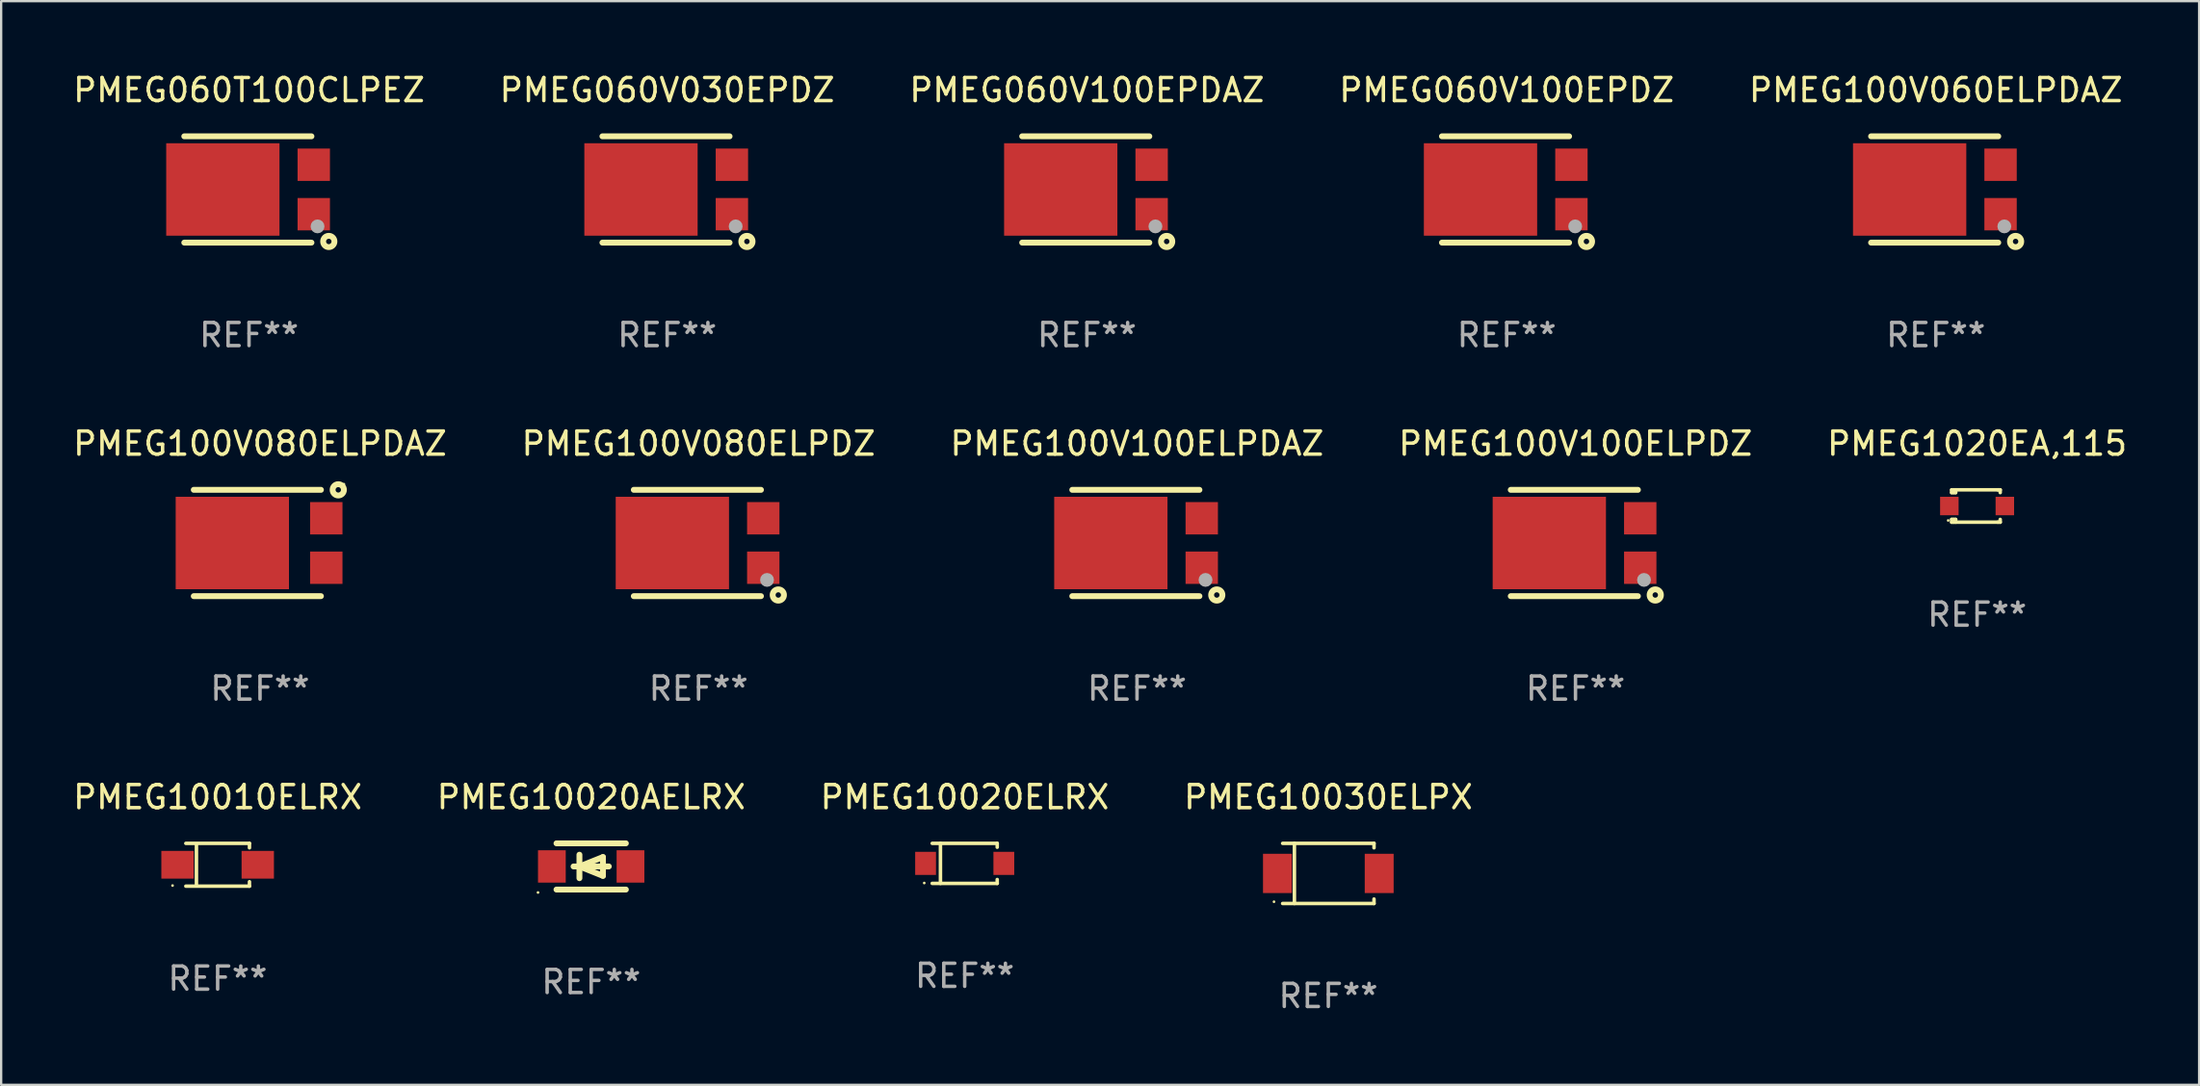
<source format=kicad_pcb>
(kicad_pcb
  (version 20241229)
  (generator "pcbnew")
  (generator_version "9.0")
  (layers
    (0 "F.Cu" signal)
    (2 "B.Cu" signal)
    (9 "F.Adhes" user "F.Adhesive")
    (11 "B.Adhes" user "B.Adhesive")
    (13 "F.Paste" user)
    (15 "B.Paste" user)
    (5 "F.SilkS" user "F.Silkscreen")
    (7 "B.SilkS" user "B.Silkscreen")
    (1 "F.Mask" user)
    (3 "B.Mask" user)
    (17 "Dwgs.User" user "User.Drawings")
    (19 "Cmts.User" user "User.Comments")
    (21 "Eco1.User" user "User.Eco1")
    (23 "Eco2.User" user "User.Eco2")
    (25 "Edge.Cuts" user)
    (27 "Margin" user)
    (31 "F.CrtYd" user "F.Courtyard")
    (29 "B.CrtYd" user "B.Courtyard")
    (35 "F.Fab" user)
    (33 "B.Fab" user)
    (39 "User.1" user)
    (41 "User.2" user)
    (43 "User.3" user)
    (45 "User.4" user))
  (footprint "PMEG060V030EPDZ"
    (layer "F.Cu")
    (at 25.804 5.148)
    (property "Reference" "PMEG060V030EPDZ" (at 0 -4.3 0) (layer "F.SilkS") (effects (font (size 1 1) (thickness 0.15))))
    (attr through_hole)
    (fp_line (start -2.8 2.3) (end 2.7 2.3) (stroke (width 0.254) (type solid)) (layer "F.SilkS"))
    (fp_line (start 2.7 -2.3) (end -2.8 -2.3) (stroke (width 0.254) (type solid)) (layer "F.SilkS"))
    (fp_circle (center 3.2 2.15) (end 3.23 2.15) (stroke (width 0.06) (type solid)) (fill no) (layer "F.SilkS"))
    (fp_circle (center 3.45 2.25) (end 3.567 2.25) (stroke (width 0.254) (type solid)) (fill no) (layer "F.SilkS"))
    (fp_circle (center 2.963 1.598) (end 3.113 1.598) (stroke (width 0.3) (type solid)) (fill no) (layer "F.Fab"))
    (fp_text user "REF**" (at 0 6.3 0) (layer "F.Fab") (effects (font (size 1 1) (thickness 0.15))))
    (pad "1" smd rect (at 2.8 1.07 90) (size 1.4 1.4) (layers "F.Cu" "F.Mask" "F.Paste"))
    (pad "2" smd rect (at 2.8 -1.07 90) (size 1.4 1.4) (layers "F.Cu" "F.Mask" "F.Paste"))
    (pad "3" smd rect (at -1.132 0 90) (size 4 4.9) (layers "F.Cu" "F.Mask" "F.Paste")))
  (footprint "PMEG060V100EPDAZ"
    (layer "F.Cu")
    (at 43.958 5.148)
    (property "Reference" "PMEG060V100EPDAZ" (at 0 -4.3 0) (layer "F.SilkS") (effects (font (size 1 1) (thickness 0.15))))
    (attr through_hole)
    (fp_line (start -2.8 2.3) (end 2.7 2.3) (stroke (width 0.254) (type solid)) (layer "F.SilkS"))
    (fp_line (start 2.7 -2.3) (end -2.8 -2.3) (stroke (width 0.254) (type solid)) (layer "F.SilkS"))
    (fp_circle (center 3.2 2.15) (end 3.23 2.15) (stroke (width 0.06) (type solid)) (fill no) (layer "F.SilkS"))
    (fp_circle (center 3.45 2.25) (end 3.567 2.25) (stroke (width 0.254) (type solid)) (fill no) (layer "F.SilkS"))
    (fp_circle (center 2.963 1.598) (end 3.113 1.598) (stroke (width 0.3) (type solid)) (fill no) (layer "F.Fab"))
    (fp_text user "REF**" (at 0 6.3 0) (layer "F.Fab") (effects (font (size 1 1) (thickness 0.15))))
    (pad "1" smd rect (at 2.8 1.07 90) (size 1.4 1.4) (layers "F.Cu" "F.Mask" "F.Paste"))
    (pad "2" smd rect (at 2.8 -1.07 90) (size 1.4 1.4) (layers "F.Cu" "F.Mask" "F.Paste"))
    (pad "3" smd rect (at -1.132 0 90) (size 4 4.9) (layers "F.Cu" "F.Mask" "F.Paste")))
  (footprint "PMEG060V100EPDZ"
    (layer "F.Cu")
    (at 62.113 5.148)
    (property "Reference" "PMEG060V100EPDZ" (at 0 -4.3 0) (layer "F.SilkS") (effects (font (size 1 1) (thickness 0.15))))
    (attr through_hole)
    (fp_line (start -2.8 2.3) (end 2.7 2.3) (stroke (width 0.254) (type solid)) (layer "F.SilkS"))
    (fp_line (start 2.7 -2.3) (end -2.8 -2.3) (stroke (width 0.254) (type solid)) (layer "F.SilkS"))
    (fp_circle (center 3.2 2.15) (end 3.23 2.15) (stroke (width 0.06) (type solid)) (fill no) (layer "F.SilkS"))
    (fp_circle (center 3.45 2.25) (end 3.567 2.25) (stroke (width 0.254) (type solid)) (fill no) (layer "F.SilkS"))
    (fp_circle (center 2.963 1.598) (end 3.113 1.598) (stroke (width 0.3) (type solid)) (fill no) (layer "F.Fab"))
    (fp_text user "REF**" (at 0 6.3 0) (layer "F.Fab") (effects (font (size 1 1) (thickness 0.15))))
    (pad "1" smd rect (at 2.8 1.07 90) (size 1.4 1.4) (layers "F.Cu" "F.Mask" "F.Paste"))
    (pad "2" smd rect (at 2.8 -1.07 90) (size 1.4 1.4) (layers "F.Cu" "F.Mask" "F.Paste"))
    (pad "3" smd rect (at -1.132 0 90) (size 4 4.9) (layers "F.Cu" "F.Mask" "F.Paste")))
  (footprint "PMEG060T100CLPEZ"
    (layer "F.Cu")
    (at 7.72 5.148)
    (property "Reference" "PMEG060T100CLPEZ" (at 0 -4.3 0) (layer "F.SilkS") (effects (font (size 1 1) (thickness 0.15))))
    (attr through_hole)
    (fp_line (start -2.8 2.3) (end 2.7 2.3) (stroke (width 0.254) (type solid)) (layer "F.SilkS"))
    (fp_line (start 2.7 -2.3) (end -2.8 -2.3) (stroke (width 0.254) (type solid)) (layer "F.SilkS"))
    (fp_circle (center 3.2 2.15) (end 3.23 2.15) (stroke (width 0.06) (type solid)) (fill no) (layer "F.SilkS"))
    (fp_circle (center 3.45 2.25) (end 3.567 2.25) (stroke (width 0.254) (type solid)) (fill no) (layer "F.SilkS"))
    (fp_circle (center 2.963 1.598) (end 3.113 1.598) (stroke (width 0.3) (type solid)) (fill no) (layer "F.Fab"))
    (fp_text user "REF**" (at 0 6.3 0) (layer "F.Fab") (effects (font (size 1 1) (thickness 0.15))))
    (pad "1" smd rect (at 2.8 1.07 90) (size 1.4 1.4) (layers "F.Cu" "F.Mask" "F.Paste"))
    (pad "2" smd rect (at 2.8 -1.07 90) (size 1.4 1.4) (layers "F.Cu" "F.Mask" "F.Paste"))
    (pad "3" smd rect (at -1.132 0 90) (size 4 4.9) (layers "F.Cu" "F.Mask" "F.Paste")))
  (footprint "PMEG10020AELRX"
    (layer "F.Cu")
    (at 22.518 34.441)
    (property "Reference" "PMEG10020AELRX" (at 0 -3 0) (layer "F.SilkS") (effects (font (size 1 1) (thickness 0.15))))
    (attr through_hole)
    (fp_line (start -1.5 -1) (end 1.5 -1) (stroke (width 0.254) (type solid)) (layer "F.SilkS"))
    (fp_line (start -1.5 1) (end 1.5 1) (stroke (width 0.254) (type solid)) (layer "F.SilkS"))
    (fp_line (start -0.762 0) (end 0.762 0) (stroke (width 0.254) (type solid)) (layer "F.SilkS"))
    (fp_line (start -0.508 -0.508) (end -0.508 0.508) (stroke (width 0.254) (type solid)) (layer "F.SilkS"))
    (fp_line (start -0.508 0) (end 0.508 -0.406) (stroke (width 0.254) (type solid)) (layer "F.SilkS"))
    (fp_line (start 0.508 -0.406) (end 0.508 0.406) (stroke (width 0.254) (type solid)) (layer "F.SilkS"))
    (fp_line (start 0.508 0.406) (end -0.508 0) (stroke (width 0.254) (type solid)) (layer "F.SilkS"))
    (fp_circle (center -2.3 1.127) (end -2.27 1.127) (stroke (width 0.06) (type solid)) (fill no) (layer "F.SilkS"))
    (fp_text user "REF**" (at 0 5 0) (layer "F.Fab") (effects (font (size 1 1) (thickness 0.15))))
    (pad "1" smd rect (at -1.7 0) (size 1.2 1.4) (layers "F.Cu" "F.Mask" "F.Paste"))
    (pad "2" smd rect (at 1.7 0) (size 1.2 1.4) (layers "F.Cu" "F.Mask" "F.Paste")))
  (footprint "PMEG100V100ELPDAZ"
    (layer "F.Cu")
    (at 46.125 20.445)
    (property "Reference" "PMEG100V100ELPDAZ" (at 0 -4.3 0) (layer "F.SilkS") (effects (font (size 1 1) (thickness 0.15))))
    (attr through_hole)
    (fp_line (start -2.8 2.3) (end 2.7 2.3) (stroke (width 0.254) (type solid)) (layer "F.SilkS"))
    (fp_line (start 2.7 -2.3) (end -2.8 -2.3) (stroke (width 0.254) (type solid)) (layer "F.SilkS"))
    (fp_circle (center 3.2 2.15) (end 3.23 2.15) (stroke (width 0.06) (type solid)) (fill no) (layer "F.SilkS"))
    (fp_circle (center 3.45 2.25) (end 3.567 2.25) (stroke (width 0.254) (type solid)) (fill no) (layer "F.SilkS"))
    (fp_circle (center 2.963 1.598) (end 3.113 1.598) (stroke (width 0.3) (type solid)) (fill no) (layer "F.Fab"))
    (fp_text user "REF**" (at 0 6.3 0) (layer "F.Fab") (effects (font (size 1 1) (thickness 0.15))))
    (pad "1" smd rect (at 2.8 1.07 90) (size 1.4 1.4) (layers "F.Cu" "F.Mask" "F.Paste"))
    (pad "2" smd rect (at 2.8 -1.07 90) (size 1.4 1.4) (layers "F.Cu" "F.Mask" "F.Paste"))
    (pad "3" smd rect (at -1.132 0 90) (size 4 4.9) (layers "F.Cu" "F.Mask" "F.Paste")))
  (footprint "PMEG1020EA,115"
    (layer "F.Cu")
    (at 82.458 18.845)
    (property "Reference" "PMEG1020EA,115" (at 0 -2.7 0) (layer "F.SilkS") (effects (font (size 1 1) (thickness 0.15))))
    (attr through_hole)
    (fp_line (start -1.1 -0.7) (end -1.1 -0.58) (stroke (width 0.152) (type solid)) (layer "F.SilkS"))
    (fp_line (start -1.1 0.58) (end -1.1 0.7) (stroke (width 0.152) (type solid)) (layer "F.SilkS"))
    (fp_line (start -1.1 0.58) (end -0.927 0.58) (stroke (width 0.152) (type solid)) (layer "F.SilkS"))
    (fp_line (start -1.1 0.7) (end 0.9 0.7) (stroke (width 0.152) (type solid)) (layer "F.SilkS"))
    (fp_line (start -1.014 -0.58) (end -1.014 -0.7) (stroke (width 0.152) (type solid)) (layer "F.SilkS"))
    (fp_line (start -1.014 0.7) (end -1.014 0.58) (stroke (width 0.152) (type solid)) (layer "F.SilkS"))
    (fp_line (start -0.927 -0.7) (end -0.927 -0.58) (stroke (width 0.152) (type solid)) (layer "F.SilkS"))
    (fp_line (start -0.927 -0.58) (end -1.1 -0.58) (stroke (width 0.152) (type solid)) (layer "F.SilkS"))
    (fp_line (start -0.927 0.58) (end -0.927 0.7) (stroke (width 0.152) (type solid)) (layer "F.SilkS"))
    (fp_line (start 0.9 -0.7) (end -1.1 -0.7) (stroke (width 0.152) (type solid)) (layer "F.SilkS"))
    (fp_line (start 0.9 0.7) (end 1 0.7) (stroke (width 0.152) (type solid)) (layer "F.SilkS"))
    (fp_line (start 1 -0.7) (end 0.9 -0.7) (stroke (width 0.152) (type solid)) (layer "F.SilkS"))
    (fp_line (start 1 -0.58) (end 1 -0.7) (stroke (width 0.152) (type solid)) (layer "F.SilkS"))
    (fp_line (start 1 0.7) (end 1 0.58) (stroke (width 0.152) (type solid)) (layer "F.SilkS"))
    (fp_circle (center -1.25 0.625) (end -1.22 0.625) (stroke (width 0.06) (type solid)) (fill no) (layer "F.SilkS"))
    (fp_text user "REF**" (at 0 4.7 0) (layer "F.Fab") (effects (font (size 1 1) (thickness 0.15))))
    (pad "1" smd rect (at -1.2 0) (size 0.8 0.8) (layers "F.Cu" "F.Mask" "F.Paste"))
    (pad "2" smd rect (at 1.2 0) (size 0.8 0.8) (layers "F.Cu" "F.Mask" "F.Paste")))
  (footprint "PMEG100V100ELPDZ"
    (layer "F.Cu")
    (at 65.089 20.445)
    (property "Reference" "PMEG100V100ELPDZ" (at 0 -4.3 0) (layer "F.SilkS") (effects (font (size 1 1) (thickness 0.15))))
    (attr through_hole)
    (fp_line (start -2.8 2.3) (end 2.7 2.3) (stroke (width 0.254) (type solid)) (layer "F.SilkS"))
    (fp_line (start 2.7 -2.3) (end -2.8 -2.3) (stroke (width 0.254) (type solid)) (layer "F.SilkS"))
    (fp_circle (center 3.2 2.15) (end 3.23 2.15) (stroke (width 0.06) (type solid)) (fill no) (layer "F.SilkS"))
    (fp_circle (center 3.45 2.25) (end 3.567 2.25) (stroke (width 0.254) (type solid)) (fill no) (layer "F.SilkS"))
    (fp_circle (center 2.963 1.598) (end 3.113 1.598) (stroke (width 0.3) (type solid)) (fill no) (layer "F.Fab"))
    (fp_text user "REF**" (at 0 6.3 0) (layer "F.Fab") (effects (font (size 1 1) (thickness 0.15))))
    (pad "1" smd rect (at 2.8 1.07 90) (size 1.4 1.4) (layers "F.Cu" "F.Mask" "F.Paste"))
    (pad "2" smd rect (at 2.8 -1.07 90) (size 1.4 1.4) (layers "F.Cu" "F.Mask" "F.Paste"))
    (pad "3" smd rect (at -1.132 0 90) (size 4 4.9) (layers "F.Cu" "F.Mask" "F.Paste")))
  (footprint "PMEG10010ELRX"
    (layer "F.Cu")
    (at 6.363 34.368)
    (property "Reference" "PMEG10010ELRX" (at 0 -2.926 0) (layer "F.SilkS") (effects (font (size 1 1) (thickness 0.15))))
    (attr through_hole)
    (fp_line (start -1.376 -0.926) (end 1.376 -0.926) (stroke (width 0.152) (type solid)) (layer "F.SilkS"))
    (fp_line (start -1.376 0.926) (end 1.376 0.926) (stroke (width 0.152) (type solid)) (layer "F.SilkS"))
    (fp_line (start -0.917 -0.876) (end -0.917 0.876) (stroke (width 0.152) (type solid)) (layer "F.SilkS"))
    (fp_line (start 1.376 -0.926) (end 1.376 -0.733) (stroke (width 0.152) (type solid)) (layer "F.SilkS"))
    (fp_line (start 1.376 0.926) (end 1.376 0.733) (stroke (width 0.152) (type solid)) (layer "F.SilkS"))
    (fp_circle (center -1.95 0.9) (end -1.92 0.9) (stroke (width 0.06) (type solid)) (fill no) (layer "F.SilkS"))
    (fp_text user "REF**" (at 0 4.926 0) (layer "F.Fab") (effects (font (size 1 1) (thickness 0.15))))
    (pad "1" smd rect (at -1.735 0) (size 1.4 1.2) (layers "F.Cu" "F.Mask" "F.Paste"))
    (pad "2" smd rect (at 1.735 0) (size 1.4 1.2) (layers "F.Cu" "F.Mask" "F.Paste")))
  (footprint "PMEG100V080ELPDAZ"
    (layer "F.Cu")
    (at 8.196 20.445)
    (property "Reference" "PMEG100V080ELPDAZ" (at 0 -4.3 0) (layer "F.SilkS") (effects (font (size 1 1) (thickness 0.15))))
    (attr through_hole)
    (fp_line (start -2.866 2.3) (end 2.634 2.3) (stroke (width 0.254) (type solid)) (layer "F.SilkS"))
    (fp_line (start 2.634 -2.3) (end -2.866 -2.3) (stroke (width 0.254) (type solid)) (layer "F.SilkS"))
    (fp_circle (center 3.384 -2.3) (end 3.501 -2.3) (stroke (width 0.254) (type solid)) (fill no) (layer "F.SilkS"))
    (fp_circle (center 3.628 -2.544) (end 3.658 -2.544) (stroke (width 0.06) (type solid)) (fill no) (layer "F.SilkS"))
    (fp_text user "REF**" (at 0 6.3 0) (layer "F.Fab") (effects (font (size 1 1) (thickness 0.15))))
    (pad "1" smd rect (at 2.866 -1.07 90) (size 1.4 1.4) (layers "F.Cu" "F.Mask" "F.Paste"))
    (pad "2" smd rect (at 2.866 1.07 90) (size 1.4 1.4) (layers "F.Cu" "F.Mask" "F.Paste"))
    (pad "3" smd rect (at -1.198 0.000102 90) (size 4 4.9) (layers "F.Cu" "F.Mask" "F.Paste")))
  (footprint "PMEG10030ELPX"
    (layer "F.Cu")
    (at 54.399 34.743)
    (property "Reference" "PMEG10030ELPX" (at 0 -3.301 0) (layer "F.SilkS") (effects (font (size 1 1) (thickness 0.15))))
    (attr through_hole)
    (fp_line (start -1.976 -1.301) (end 1.976 -1.301) (stroke (width 0.152) (type solid)) (layer "F.SilkS"))
    (fp_line (start -1.976 1.301) (end 1.976 1.301) (stroke (width 0.152) (type solid)) (layer "F.SilkS"))
    (fp_line (start -1.467 -1.301) (end -1.467 1.301) (stroke (width 0.152) (type solid)) (layer "F.SilkS"))
    (fp_line (start 1.976 -1.301) (end 1.976 -1.108) (stroke (width 0.152) (type solid)) (layer "F.SilkS"))
    (fp_line (start 1.976 1.301) (end 1.976 1.108) (stroke (width 0.152) (type solid)) (layer "F.SilkS"))
    (fp_circle (center -2.35 1.225) (end -2.32 1.225) (stroke (width 0.06) (type solid)) (fill no) (layer "F.SilkS"))
    (fp_text user "REF**" (at 0 5.301 0) (layer "F.Fab") (effects (font (size 1 1) (thickness 0.15))))
    (pad "1" smd rect (at -2.2 0 180) (size 1.25 1.7) (layers "F.Cu" "F.Mask" "F.Paste"))
    (pad "2" smd rect (at 2.2 0 180) (size 1.25 1.7) (layers "F.Cu" "F.Mask" "F.Paste")))
  (footprint "PMEG100V060ELPDAZ"
    (layer "F.Cu")
    (at 80.673 5.148)
    (property "Reference" "PMEG100V060ELPDAZ" (at 0 -4.3 0) (layer "F.SilkS") (effects (font (size 1 1) (thickness 0.15))))
    (attr through_hole)
    (fp_line (start -2.8 2.3) (end 2.7 2.3) (stroke (width 0.254) (type solid)) (layer "F.SilkS"))
    (fp_line (start 2.7 -2.3) (end -2.8 -2.3) (stroke (width 0.254) (type solid)) (layer "F.SilkS"))
    (fp_circle (center 3.2 2.15) (end 3.23 2.15) (stroke (width 0.06) (type solid)) (fill no) (layer "F.SilkS"))
    (fp_circle (center 3.45 2.25) (end 3.567 2.25) (stroke (width 0.254) (type solid)) (fill no) (layer "F.SilkS"))
    (fp_circle (center 2.963 1.598) (end 3.113 1.598) (stroke (width 0.3) (type solid)) (fill no) (layer "F.Fab"))
    (fp_text user "REF**" (at 0 6.3 0) (layer "F.Fab") (effects (font (size 1 1) (thickness 0.15))))
    (pad "1" smd rect (at 2.8 1.07 90) (size 1.4 1.4) (layers "F.Cu" "F.Mask" "F.Paste"))
    (pad "2" smd rect (at 2.8 -1.07 90) (size 1.4 1.4) (layers "F.Cu" "F.Mask" "F.Paste"))
    (pad "3" smd rect (at -1.132 0 90) (size 4 4.9) (layers "F.Cu" "F.Mask" "F.Paste")))
  (footprint "PMEG100V080ELPDZ"
    (layer "F.Cu")
    (at 27.161 20.445)
    (property "Reference" "PMEG100V080ELPDZ" (at 0 -4.3 0) (layer "F.SilkS") (effects (font (size 1 1) (thickness 0.15))))
    (attr through_hole)
    (fp_line (start -2.8 2.3) (end 2.7 2.3) (stroke (width 0.254) (type solid)) (layer "F.SilkS"))
    (fp_line (start 2.7 -2.3) (end -2.8 -2.3) (stroke (width 0.254) (type solid)) (layer "F.SilkS"))
    (fp_circle (center 3.2 2.15) (end 3.23 2.15) (stroke (width 0.06) (type solid)) (fill no) (layer "F.SilkS"))
    (fp_circle (center 3.45 2.25) (end 3.567 2.25) (stroke (width 0.254) (type solid)) (fill no) (layer "F.SilkS"))
    (fp_circle (center 2.963 1.598) (end 3.113 1.598) (stroke (width 0.3) (type solid)) (fill no) (layer "F.Fab"))
    (fp_text user "REF**" (at 0 6.3 0) (layer "F.Fab") (effects (font (size 1 1) (thickness 0.15))))
    (pad "1" smd rect (at 2.8 1.07 90) (size 1.4 1.4) (layers "F.Cu" "F.Mask" "F.Paste"))
    (pad "2" smd rect (at 2.8 -1.07 90) (size 1.4 1.4) (layers "F.Cu" "F.Mask" "F.Paste"))
    (pad "3" smd rect (at -1.132 0 90) (size 4 4.9) (layers "F.Cu" "F.Mask" "F.Paste")))
  (footprint "PMEG10020ELRX"
    (layer "F.Cu")
    (at 38.673 34.308)
    (property "Reference" "PMEG10020ELRX" (at 0 -2.866 0) (layer "F.SilkS") (effects (font (size 1 1) (thickness 0.15))))
    (attr through_hole)
    (fp_line (start -1.406 -0.866) (end 1.406 -0.866) (stroke (width 0.152) (type solid)) (layer "F.SilkS"))
    (fp_line (start -1.406 0.866) (end 1.406 0.866) (stroke (width 0.152) (type solid)) (layer "F.SilkS"))
    (fp_line (start -1.049 -0.866) (end -1.049 0.866) (stroke (width 0.152) (type solid)) (layer "F.SilkS"))
    (fp_line (start 1.406 -0.866) (end 1.406 -0.698) (stroke (width 0.152) (type solid)) (layer "F.SilkS"))
    (fp_line (start 1.406 0.866) (end 1.406 0.698) (stroke (width 0.152) (type solid)) (layer "F.SilkS"))
    (fp_circle (center -1.75 0.85) (end -1.72 0.85) (stroke (width 0.06) (type solid)) (fill no) (layer "F.SilkS"))
    (fp_text user "REF**" (at 0 4.866 0) (layer "F.Fab") (effects (font (size 1 1) (thickness 0.15))))
    (pad "1" smd rect (at -1.692 0) (size 0.9 1) (layers "F.Cu" "F.Mask" "F.Paste"))
    (pad "2" smd rect (at 1.692 0) (size 0.9 1) (layers "F.Cu" "F.Mask" "F.Paste")))
  (gr_rect
    (start -3 -3)
    (end 92.06 43.892)
    (stroke (width 0.1) (type default))
    (fill no)
    (layer "Edge.Cuts")))
</source>
